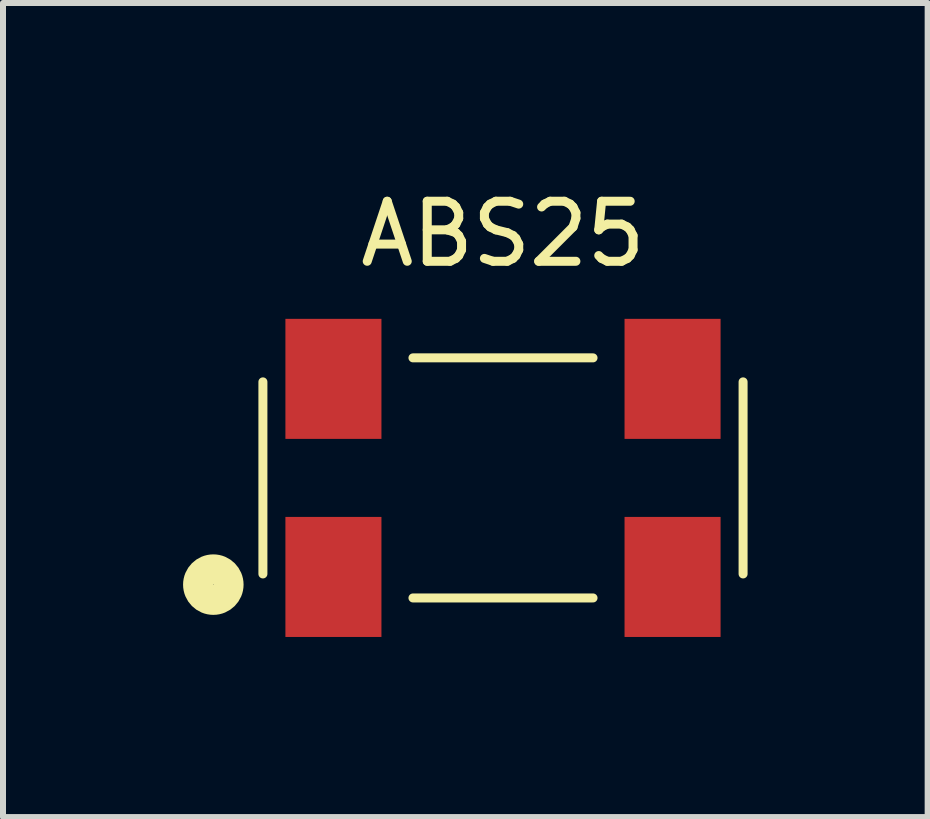
<source format=kicad_pcb>
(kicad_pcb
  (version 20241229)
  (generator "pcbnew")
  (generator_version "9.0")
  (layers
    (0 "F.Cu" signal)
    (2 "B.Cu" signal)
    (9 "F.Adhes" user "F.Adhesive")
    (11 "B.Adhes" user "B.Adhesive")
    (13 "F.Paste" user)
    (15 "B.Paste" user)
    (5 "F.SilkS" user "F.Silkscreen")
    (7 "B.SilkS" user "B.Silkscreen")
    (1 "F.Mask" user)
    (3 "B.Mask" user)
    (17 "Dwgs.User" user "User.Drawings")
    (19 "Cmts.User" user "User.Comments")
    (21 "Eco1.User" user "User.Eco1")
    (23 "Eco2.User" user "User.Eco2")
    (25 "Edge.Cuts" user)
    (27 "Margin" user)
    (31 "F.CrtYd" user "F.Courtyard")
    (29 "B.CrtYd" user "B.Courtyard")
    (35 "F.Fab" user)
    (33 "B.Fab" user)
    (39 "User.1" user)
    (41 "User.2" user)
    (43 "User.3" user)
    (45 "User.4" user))
  (footprint "ABS25"
    (layer "F.Cu")
    (at 5.33 4.912)
    (property "Reference" "ABS25" (at 0 -4.064 0) (layer "F.SilkS") (effects (font (size 1 1) (thickness 0.15))))
    (attr through_hole)
    (fp_line (start -4 -1.6) (end -4 1.6) (stroke (width 0.15) (type solid)) (layer "F.SilkS"))
    (fp_line (start -1.5 2) (end 1.5 2) (stroke (width 0.15) (type solid)) (layer "F.SilkS"))
    (fp_line (start 1.5 -2) (end -1.5 -2) (stroke (width 0.15) (type solid)) (layer "F.SilkS"))
    (fp_line (start 4 1.6) (end 4 -1.6) (stroke (width 0.15) (type solid)) (layer "F.SilkS"))
    (fp_circle (center -4.826 1.778) (end -4.572 1.778) (stroke (width 0.5) (type solid)) (fill no) (layer "F.SilkS"))
    (pad "1" smd rect (at -2.825 1.65) (size 1.6 2) (layers "F.Cu" "F.Mask" "F.Paste"))
    (pad "2" smd rect (at 2.825 1.65) (size 1.6 2) (layers "F.Cu" "F.Mask" "F.Paste"))
    (pad "3" smd rect (at 2.825 -1.65) (size 1.6 2) (layers "F.Cu" "F.Mask" "F.Paste"))
    (pad "4" smd rect (at -2.825 -1.65) (size 1.6 2) (layers "F.Cu" "F.Mask" "F.Paste")))
  (gr_rect
    (start -3 -3)
    (end 12.405 10.562)
    (stroke (width 0.1) (type default))
    (fill no)
    (layer "Edge.Cuts")))
</source>
